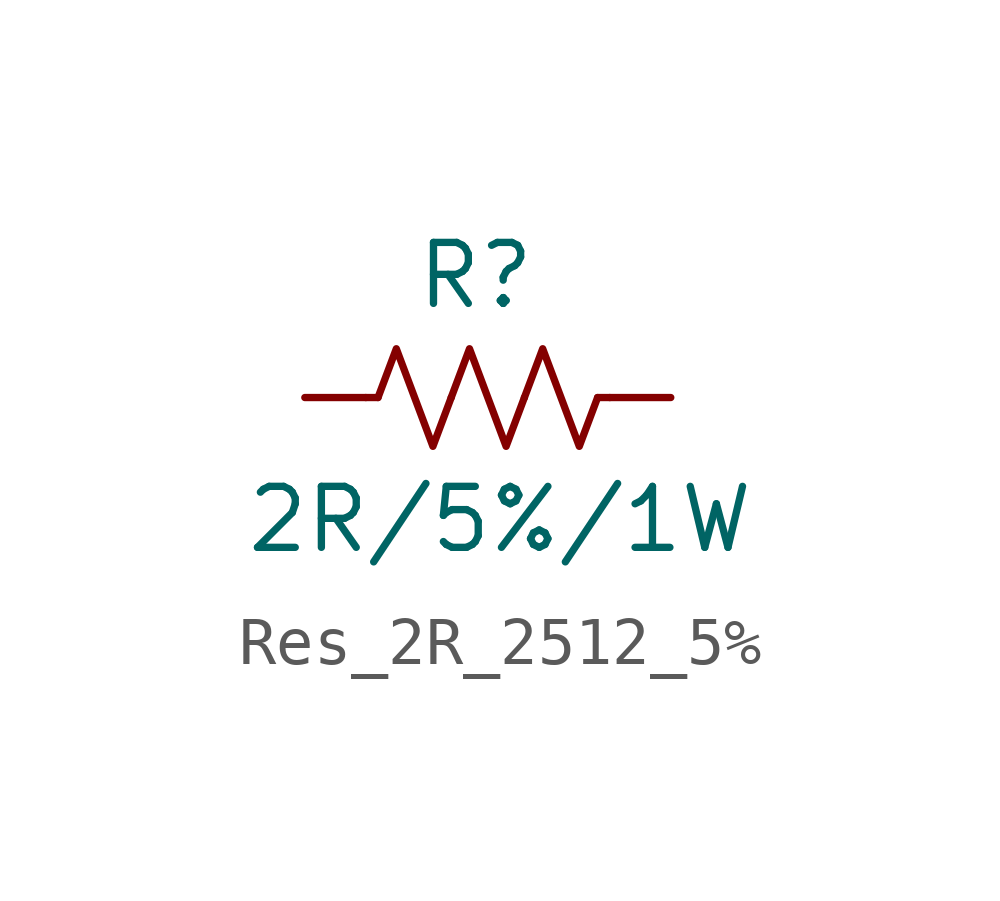
<source format=kicad_sym>
(kicad_symbol_lib
  (version 20231120)
  (generator "kicad_symbol_editor")
  (generator_version "8.0")
  (symbol "Res_2R_2512_5%"
    (pin_numbers hide)
    (pin_names hide)
    (property "Reference" "R"
      (at 3.556 2.54 0)
      (effects (font (size 1.27 1.27))))
    (property "Value" "2R/5%/1W"
      (at 4.064 -2.54 0)
      (effects (font (size 1.27 1.27))))
    (symbol "Res_2R_2512_5%_0_1"
      (polyline (pts (xy 1.524 0) (xy 1.27 0)) (stroke (width 0) (type default)) (fill (type none)))
      (polyline (pts (xy 6.096 0) (xy 6.35 0)) (stroke (width 0) (type default)) (fill (type none)))
      (polyline (pts (xy 1.524 0) (xy 1.905 1.016) (xy 2.286 0) (xy 2.667 -1.016) (xy 3.048 0)) (stroke (width 0) (type default)) (fill (type none)))
      (polyline (pts (xy 3.048 0) (xy 3.429 1.016) (xy 3.81 0) (xy 4.191 -1.016) (xy 4.572 0)) (stroke (width 0) (type default)) (fill (type none)))
      (polyline (pts (xy 4.572 0) (xy 4.953 1.016) (xy 5.334 0) (xy 5.715 -1.016) (xy 6.096 0)) (stroke (width 0) (type default)) (fill (type none))))
    (symbol "Res_2R_2512_5%_1_1"
      (pin passive line (at 0 0 0) (length 1.27) (name "~" (effects (font (size 1.27 1.27)))) (number "1" (effects (font (size 1.27 1.27)))))
      (pin passive line (at 7.62 0 180) (length 1.27) (name "~" (effects (font (size 1.27 1.27)))) (number "2" (effects (font (size 1.27 1.27))))))))
</source>
